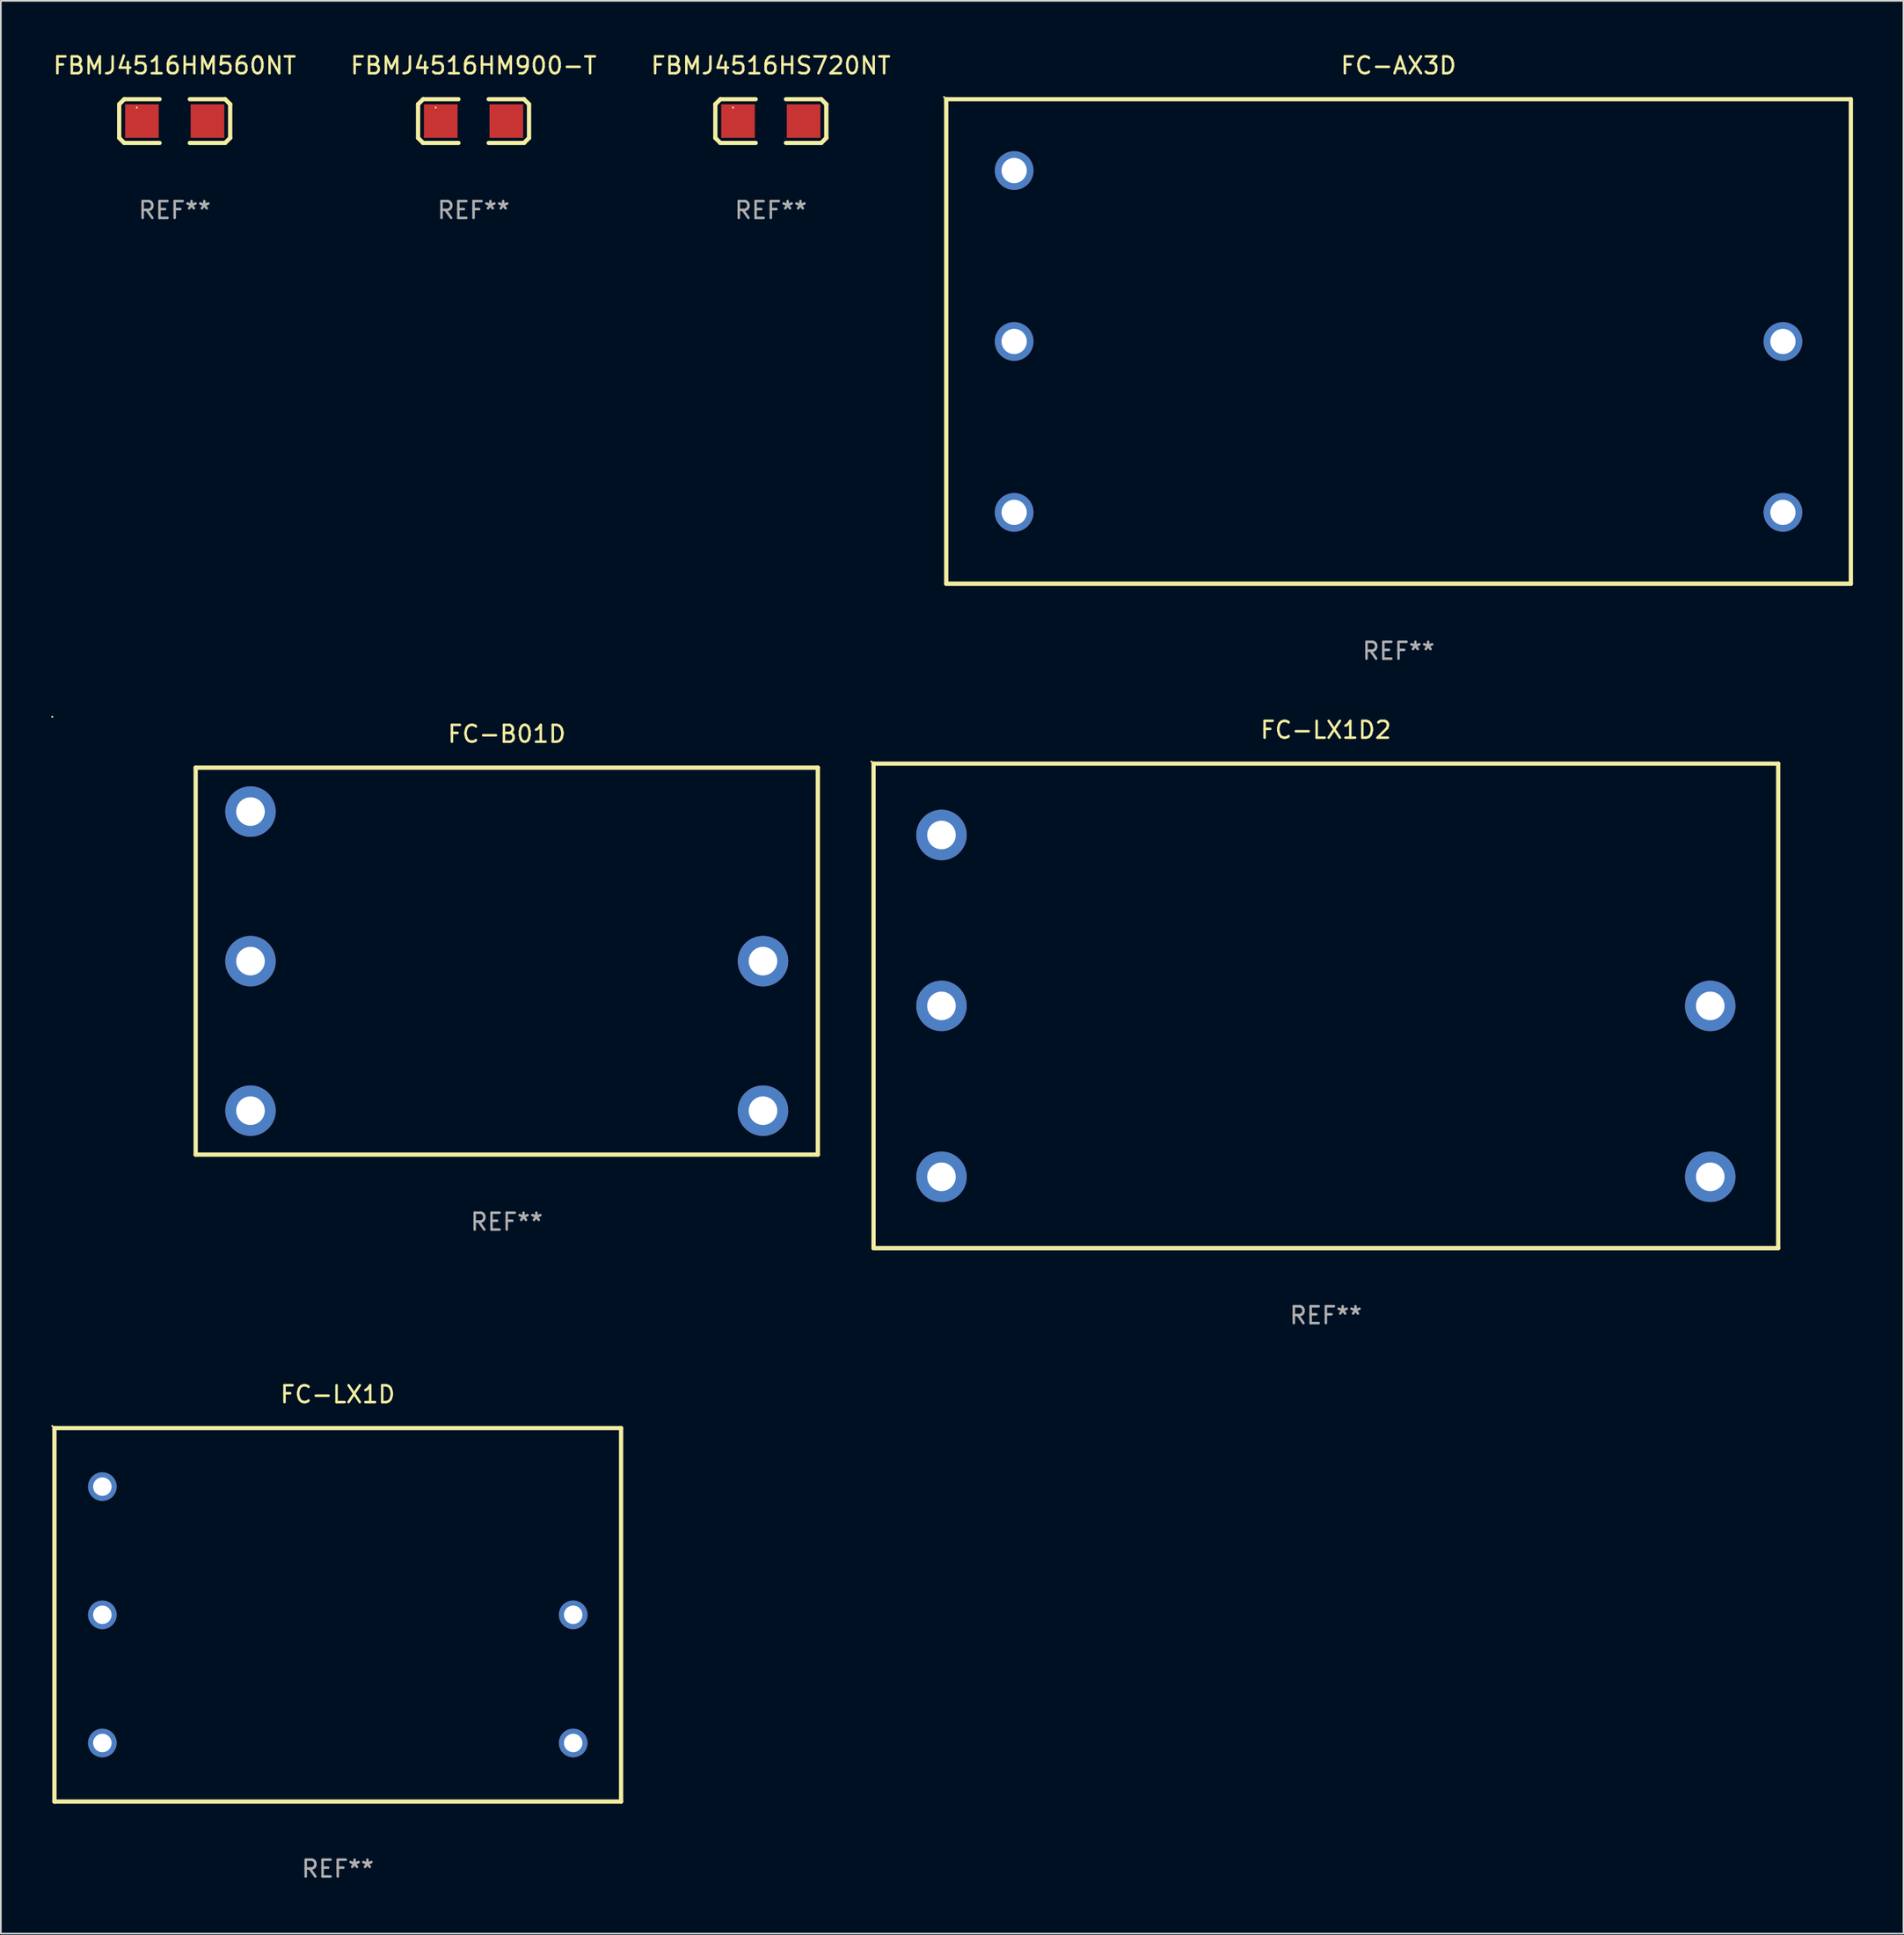
<source format=kicad_pcb>
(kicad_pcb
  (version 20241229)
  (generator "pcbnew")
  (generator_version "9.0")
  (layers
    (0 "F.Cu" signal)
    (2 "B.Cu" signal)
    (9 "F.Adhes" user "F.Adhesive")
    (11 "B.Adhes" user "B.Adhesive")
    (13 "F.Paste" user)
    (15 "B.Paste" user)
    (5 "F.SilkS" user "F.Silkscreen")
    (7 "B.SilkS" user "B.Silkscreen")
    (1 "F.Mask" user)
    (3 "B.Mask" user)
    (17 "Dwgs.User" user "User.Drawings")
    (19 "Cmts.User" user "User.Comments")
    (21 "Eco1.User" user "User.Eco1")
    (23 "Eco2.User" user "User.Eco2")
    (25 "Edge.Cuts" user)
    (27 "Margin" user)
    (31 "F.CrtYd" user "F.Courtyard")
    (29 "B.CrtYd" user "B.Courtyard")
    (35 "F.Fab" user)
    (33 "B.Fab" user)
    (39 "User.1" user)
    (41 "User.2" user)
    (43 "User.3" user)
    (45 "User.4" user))
  (footprint "FBMJ4516HS720NT"
    (layer "F.Cu")
    (at 42.792 4.148)
    (property "Reference" "FBMJ4516HS720NT" (at 0 -3.3 0) (layer "F.SilkS") (effects (font (size 1 1) (thickness 0.15))))
    (attr through_hole)
    (fp_line (start -3.3 -1) (end -3.3 1) (stroke (width 0.254) (type solid)) (layer "F.SilkS"))
    (fp_line (start -3.3 -1) (end -3 -1.3) (stroke (width 0.254) (type solid)) (layer "F.SilkS"))
    (fp_line (start -3 -1.3) (end -0.9 -1.3) (stroke (width 0.254) (type solid)) (layer "F.SilkS"))
    (fp_line (start -3 1.3) (end -3.3 1) (stroke (width 0.254) (type solid)) (layer "F.SilkS"))
    (fp_line (start -3 1.3) (end -0.9 1.3) (stroke (width 0.254) (type solid)) (layer "F.SilkS"))
    (fp_line (start 0.9 -1.3) (end 3 -1.3) (stroke (width 0.254) (type solid)) (layer "F.SilkS"))
    (fp_line (start 0.9 1.3) (end 3 1.3) (stroke (width 0.254) (type solid)) (layer "F.SilkS"))
    (fp_line (start 3 -1.3) (end 3.3 -1) (stroke (width 0.254) (type solid)) (layer "F.SilkS"))
    (fp_line (start 3 1.3) (end 3.3 1) (stroke (width 0.254) (type solid)) (layer "F.SilkS"))
    (fp_line (start 3.3 -1) (end 3.3 1) (stroke (width 0.254) (type solid)) (layer "F.SilkS"))
    (fp_circle (center -2.25 -0.8) (end -2.22 -0.8) (stroke (width 0.06) (type solid)) (fill no) (layer "F.SilkS"))
    (fp_text user "REF**" (at 0 5.3 0) (layer "F.Fab") (effects (font (size 1 1) (thickness 0.15))))
    (pad "1" smd rect (at -1.95 0) (size 2 2) (layers "F.Cu" "F.Mask" "F.Paste"))
    (pad "2" smd rect (at 1.95 0) (size 2 2) (layers "F.Cu" "F.Mask" "F.Paste")))
  (footprint "FBMJ4516HM900-T"
    (layer "F.Cu")
    (at 25.113 4.148)
    (property "Reference" "FBMJ4516HM900-T" (at 0 -3.3 0) (layer "F.SilkS") (effects (font (size 1 1) (thickness 0.15))))
    (attr through_hole)
    (fp_line (start -3.3 -1) (end -3.3 1) (stroke (width 0.254) (type solid)) (layer "F.SilkS"))
    (fp_line (start -3.3 -1) (end -3 -1.3) (stroke (width 0.254) (type solid)) (layer "F.SilkS"))
    (fp_line (start -3 -1.3) (end -0.9 -1.3) (stroke (width 0.254) (type solid)) (layer "F.SilkS"))
    (fp_line (start -3 1.3) (end -3.3 1) (stroke (width 0.254) (type solid)) (layer "F.SilkS"))
    (fp_line (start -3 1.3) (end -0.9 1.3) (stroke (width 0.254) (type solid)) (layer "F.SilkS"))
    (fp_line (start 0.9 -1.3) (end 3 -1.3) (stroke (width 0.254) (type solid)) (layer "F.SilkS"))
    (fp_line (start 0.9 1.3) (end 3 1.3) (stroke (width 0.254) (type solid)) (layer "F.SilkS"))
    (fp_line (start 3 -1.3) (end 3.3 -1) (stroke (width 0.254) (type solid)) (layer "F.SilkS"))
    (fp_line (start 3 1.3) (end 3.3 1) (stroke (width 0.254) (type solid)) (layer "F.SilkS"))
    (fp_line (start 3.3 -1) (end 3.3 1) (stroke (width 0.254) (type solid)) (layer "F.SilkS"))
    (fp_circle (center -2.25 -0.8) (end -2.22 -0.8) (stroke (width 0.06) (type solid)) (fill no) (layer "F.SilkS"))
    (fp_text user "REF**" (at 0 5.3 0) (layer "F.Fab") (effects (font (size 1 1) (thickness 0.15))))
    (pad "1" smd rect (at -1.95 0) (size 2 2) (layers "F.Cu" "F.Mask" "F.Paste"))
    (pad "2" smd rect (at 1.95 0) (size 2 2) (layers "F.Cu" "F.Mask" "F.Paste")))
  (footprint "FC-AX3D"
    (layer "F.Cu")
    (at 80.123 17.248)
    (property "Reference" "FC-AX3D" (at 0 -16.4 0) (layer "F.SilkS") (effects (font (size 1 1) (thickness 0.15))))
    (attr through_hole)
    (fp_line (start -26.9 -14.4) (end -26.9 14.4) (stroke (width 0.254) (type solid)) (layer "F.SilkS"))
    (fp_line (start -26.9 -14.4) (end 26.9 -14.4) (stroke (width 0.254) (type solid)) (layer "F.SilkS"))
    (fp_line (start -26.9 14.4) (end 26.9 14.4) (stroke (width 0.254) (type solid)) (layer "F.SilkS"))
    (fp_line (start 26.9 -14.4) (end 26.9 14.4) (stroke (width 0.254) (type solid)) (layer "F.SilkS"))
    (fp_circle (center -27.027 -14.527) (end -26.997 -14.527) (stroke (width 0.06) (type solid)) (fill no) (layer "F.SilkS"))
    (fp_text user "REF**" (at 0 18.4 0) (layer "F.Fab") (effects (font (size 1 1) (thickness 0.15))))
    (pad "1" thru_hole circle (at -22.86 -10.16) (size 2.3 2.3) (drill 1.5) (layers "*.Cu" "*.Mask"))
    (pad "2" thru_hole circle (at -22.86 0) (size 2.3 2.3) (drill 1.5) (layers "*.Cu" "*.Mask"))
    (pad "3" thru_hole circle (at -22.86 10.16) (size 2.3 2.3) (drill 1.5) (layers "*.Cu" "*.Mask"))
    (pad "4" thru_hole circle (at 22.86 10.16) (size 2.3 2.3) (drill 1.5) (layers "*.Cu" "*.Mask"))
    (pad "5" thru_hole circle (at 22.86 0) (size 2.3 2.3) (drill 1.5) (layers "*.Cu" "*.Mask")))
  (footprint "FBMJ4516HM560NT"
    (layer "F.Cu")
    (at 7.339 4.148)
    (property "Reference" "FBMJ4516HM560NT" (at 0 -3.3 0) (layer "F.SilkS") (effects (font (size 1 1) (thickness 0.15))))
    (attr through_hole)
    (fp_line (start -3.3 -1) (end -3.3 1) (stroke (width 0.254) (type solid)) (layer "F.SilkS"))
    (fp_line (start -3.3 -1) (end -3 -1.3) (stroke (width 0.254) (type solid)) (layer "F.SilkS"))
    (fp_line (start -3 -1.3) (end -0.9 -1.3) (stroke (width 0.254) (type solid)) (layer "F.SilkS"))
    (fp_line (start -3 1.3) (end -3.3 1) (stroke (width 0.254) (type solid)) (layer "F.SilkS"))
    (fp_line (start -3 1.3) (end -0.9 1.3) (stroke (width 0.254) (type solid)) (layer "F.SilkS"))
    (fp_line (start 0.9 -1.3) (end 3 -1.3) (stroke (width 0.254) (type solid)) (layer "F.SilkS"))
    (fp_line (start 0.9 1.3) (end 3 1.3) (stroke (width 0.254) (type solid)) (layer "F.SilkS"))
    (fp_line (start 3 -1.3) (end 3.3 -1) (stroke (width 0.254) (type solid)) (layer "F.SilkS"))
    (fp_line (start 3 1.3) (end 3.3 1) (stroke (width 0.254) (type solid)) (layer "F.SilkS"))
    (fp_line (start 3.3 -1) (end 3.3 1) (stroke (width 0.254) (type solid)) (layer "F.SilkS"))
    (fp_circle (center -2.25 -0.8) (end -2.22 -0.8) (stroke (width 0.06) (type solid)) (fill no) (layer "F.SilkS"))
    (fp_text user "REF**" (at 0 5.3 0) (layer "F.Fab") (effects (font (size 1 1) (thickness 0.15))))
    (pad "1" smd rect (at -1.95 0) (size 2 2) (layers "F.Cu" "F.Mask" "F.Paste"))
    (pad "2" smd rect (at 1.95 0) (size 2 2) (layers "F.Cu" "F.Mask" "F.Paste")))
  (footprint "FC-LX1D"
    (layer "F.Cu")
    (at 17.037 92.941)
    (property "Reference" "FC-LX1D" (at 0 -13.1 0) (layer "F.SilkS") (effects (font (size 1 1) (thickness 0.15))))
    (attr through_hole)
    (fp_line (start -16.85 -11.1) (end -16.85 11.1) (stroke (width 0.254) (type solid)) (layer "F.SilkS"))
    (fp_line (start -16.85 -11.1) (end 16.85 -11.1) (stroke (width 0.254) (type solid)) (layer "F.SilkS"))
    (fp_line (start -16.85 11.1) (end 16.85 11.1) (stroke (width 0.254) (type solid)) (layer "F.SilkS"))
    (fp_line (start 16.85 -11.1) (end 16.85 11.1) (stroke (width 0.254) (type solid)) (layer "F.SilkS"))
    (fp_circle (center -16.977 -11.227) (end -16.947 -11.227) (stroke (width 0.06) (type solid)) (fill no) (layer "F.SilkS"))
    (fp_text user "REF**" (at 0 15.1 0) (layer "F.Fab") (effects (font (size 1 1) (thickness 0.15))))
    (pad "1" thru_hole circle (at -14 -7.62) (size 1.7 1.7) (drill 1.1) (layers "*.Cu" "*.Mask"))
    (pad "2" thru_hole circle (at -14 0) (size 1.7 1.7) (drill 1.1) (layers "*.Cu" "*.Mask"))
    (pad "3" thru_hole circle (at -14 7.62) (size 1.7 1.7) (drill 1.1) (layers "*.Cu" "*.Mask"))
    (pad "4" thru_hole circle (at 14.001 7.62) (size 1.7 1.7) (drill 1.1) (layers "*.Cu" "*.Mask"))
    (pad "5" thru_hole circle (at 14.001 0) (size 1.7 1.7) (drill 1.1) (layers "*.Cu" "*.Mask")))
  (footprint "FC-LX1D2"
    (layer "F.Cu")
    (at 75.801 56.745)
    (property "Reference" "FC-LX1D2" (at 0 -16.4 0) (layer "F.SilkS") (effects (font (size 1 1) (thickness 0.15))))
    (attr through_hole)
    (fp_line (start -26.9 -14.4) (end -26.9 14.4) (stroke (width 0.254) (type solid)) (layer "F.SilkS"))
    (fp_line (start -26.9 -14.4) (end 26.9 -14.4) (stroke (width 0.254) (type solid)) (layer "F.SilkS"))
    (fp_line (start -26.9 14.4) (end 26.9 14.4) (stroke (width 0.254) (type solid)) (layer "F.SilkS"))
    (fp_line (start 26.9 -14.4) (end 26.9 14.4) (stroke (width 0.254) (type solid)) (layer "F.SilkS"))
    (fp_circle (center -27.027 -14.527) (end -26.997 -14.527) (stroke (width 0.06) (type solid)) (fill no) (layer "F.SilkS"))
    (fp_text user "REF**" (at 0 18.4 0) (layer "F.Fab") (effects (font (size 1 1) (thickness 0.15))))
    (pad "1" thru_hole circle (at -22.86 -10.16) (size 3 3) (drill 1.7) (layers "*.Cu" "*.Mask"))
    (pad "2" thru_hole circle (at -22.86 0) (size 3 3) (drill 1.7) (layers "*.Cu" "*.Mask"))
    (pad "3" thru_hole circle (at -22.86 10.16) (size 3 3) (drill 1.7) (layers "*.Cu" "*.Mask"))
    (pad "4" thru_hole circle (at 22.86 10.16) (size 3 3) (drill 1.7) (layers "*.Cu" "*.Mask"))
    (pad "5" thru_hole circle (at 22.86 0) (size 3 3) (drill 1.7) (layers "*.Cu" "*.Mask")))
  (footprint "FC-B01D"
    (layer "F.Cu")
    (at 27.087 54.084)
    (property "Reference" "FC-B01D" (at 0 -13.5 0) (layer "F.SilkS") (effects (font (size 1 1) (thickness 0.15))))
    (attr through_hole)
    (fp_line (start -18.5 -11.5) (end -18.5 11.5) (stroke (width 0.254) (type solid)) (layer "F.SilkS"))
    (fp_line (start -18.5 -11.5) (end 18.5 -11.5) (stroke (width 0.254) (type solid)) (layer "F.SilkS"))
    (fp_line (start -18.5 11.5) (end 18.5 11.5) (stroke (width 0.254) (type solid)) (layer "F.SilkS"))
    (fp_line (start 18.5 -11.5) (end 18.5 11.5) (stroke (width 0.254) (type solid)) (layer "F.SilkS"))
    (fp_circle (center -27.027 -14.527) (end -26.997 -14.527) (stroke (width 0.06) (type solid)) (fill no) (layer "F.SilkS"))
    (fp_text user "REF**" (at 0 15.5 0) (layer "F.Fab") (effects (font (size 1 1) (thickness 0.15))))
    (pad "1" thru_hole circle (at -15.24 -8.89) (size 3 3) (drill 1.7) (layers "*.Cu" "*.Mask"))
    (pad "2" thru_hole circle (at -15.24 0) (size 3 3) (drill 1.7) (layers "*.Cu" "*.Mask"))
    (pad "3" thru_hole circle (at -15.24 8.89) (size 3 3) (drill 1.7) (layers "*.Cu" "*.Mask"))
    (pad "4" thru_hole circle (at 15.24 8.89) (size 3 3) (drill 1.7) (layers "*.Cu" "*.Mask"))
    (pad "5" thru_hole circle (at 15.24 0) (size 3 3) (drill 1.7) (layers "*.Cu" "*.Mask")))
  (gr_rect
    (start -3 -3)
    (end 110.15 111.89)
    (stroke (width 0.1) (type default))
    (fill no)
    (layer "Edge.Cuts")))
</source>
